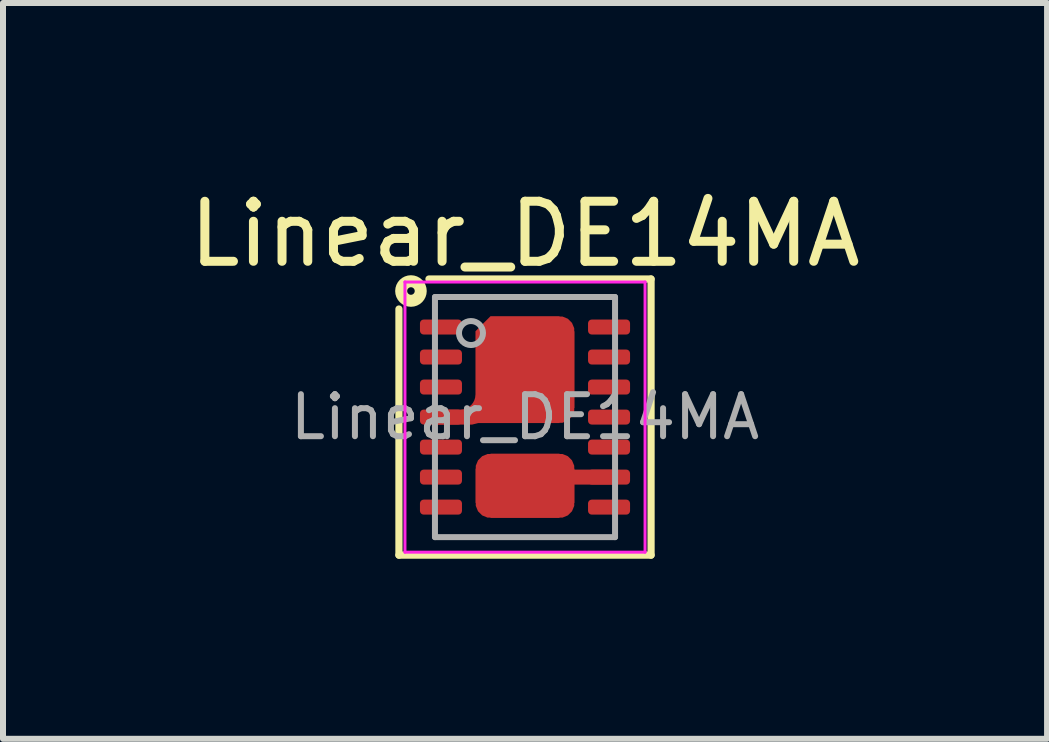
<source format=kicad_pcb>
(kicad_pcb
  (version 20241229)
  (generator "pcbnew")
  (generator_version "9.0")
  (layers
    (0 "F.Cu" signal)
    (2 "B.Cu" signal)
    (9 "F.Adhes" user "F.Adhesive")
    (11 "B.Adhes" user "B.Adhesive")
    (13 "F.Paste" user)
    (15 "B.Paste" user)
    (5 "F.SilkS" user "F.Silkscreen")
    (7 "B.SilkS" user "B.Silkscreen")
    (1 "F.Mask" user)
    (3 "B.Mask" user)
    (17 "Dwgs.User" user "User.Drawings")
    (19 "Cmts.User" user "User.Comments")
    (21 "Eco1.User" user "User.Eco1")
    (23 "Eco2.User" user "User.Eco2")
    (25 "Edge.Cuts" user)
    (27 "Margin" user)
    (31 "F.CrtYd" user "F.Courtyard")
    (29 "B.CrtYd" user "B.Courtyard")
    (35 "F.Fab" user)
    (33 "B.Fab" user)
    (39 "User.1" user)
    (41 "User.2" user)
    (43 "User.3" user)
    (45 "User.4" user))
  (footprint "Linear_DE14MA"
    (layer "F.Cu")
    (at 5.696 3.898)
    (property "Reference" "Linear_DE14MA" (at 0 -3.05 0) (layer "F.SilkS") (effects (font (size 1 1) (thickness 0.15))))
    (attr smd)
    (fp_line (start -2.1 2.3) (end -2.1 -1.8) (stroke (width 0.12) (type solid)) (layer "F.SilkS"))
    (fp_line (start -1.6 -2.3) (end 2.1 -2.3) (stroke (width 0.12) (type solid)) (layer "F.SilkS"))
    (fp_line (start 2.1 -2.3) (end 2.1 2.3) (stroke (width 0.12) (type solid)) (layer "F.SilkS"))
    (fp_line (start 2.1 2.3) (end -2.1 2.3) (stroke (width 0.12) (type solid)) (layer "F.SilkS"))
    (fp_circle (center -1.9 -2.1) (end -1.837 -2.1) (stroke (width 0.2) (type solid)) (fill no) (layer "F.SilkS"))
    (fp_line (start -2 -2.25) (end -2 2.25) (stroke (width 0.05) (type solid)) (layer "F.CrtYd"))
    (fp_line (start -2 -2.25) (end 2 -2.25) (stroke (width 0.05) (type solid)) (layer "F.CrtYd"))
    (fp_line (start -2 2.25) (end 2 2.25) (stroke (width 0.05) (type solid)) (layer "F.CrtYd"))
    (fp_line (start 2 -2.25) (end 2 2.25) (stroke (width 0.05) (type solid)) (layer "F.CrtYd"))
    (fp_line (start -1.5 -2) (end 1.5 -2) (stroke (width 0.1) (type solid)) (layer "F.Fab"))
    (fp_line (start -1.5 2) (end -1.5 -2) (stroke (width 0.1) (type solid)) (layer "F.Fab"))
    (fp_line (start 1.5 -2) (end 1.5 2) (stroke (width 0.1) (type solid)) (layer "F.Fab"))
    (fp_line (start 1.5 2) (end -1.5 2) (stroke (width 0.1) (type solid)) (layer "F.Fab"))
    (fp_circle (center -0.9 -1.4) (end -0.7 -1.4) (stroke (width 0.1) (type solid)) (fill no) (layer "F.Fab"))
    (fp_text user "${REFERENCE}" (at 0 0 0) (layer "F.Fab") (effects (font (size 0.7 0.7) (thickness 0.1))))
    (pad "" smd roundrect (at -0.45 -1.25) (size 0.7 0.7) (layers "F.Paste") (roundrect_rratio 0.25) (chamfer_ratio 0.3) (chamfer top_left))
    (pad "" smd roundrect (at -0.45 -0.35) (size 0.7 0.7) (layers "F.Paste") (roundrect_rratio 0.25))
    (pad "" smd roundrect (at -0.45 1.15) (size 0.7 0.9) (layers "F.Paste") (roundrect_rratio 0.25))
    (pad "" smd roundrect (at 0.45 -1.25) (size 0.7 0.7) (layers "F.Paste") (roundrect_rratio 0.25))
    (pad "" smd roundrect (at 0.45 -0.35) (size 0.7 0.7) (layers "F.Paste") (roundrect_rratio 0.25))
    (pad "" smd roundrect (at 0.45 1.15) (size 0.7 0.9) (layers "F.Paste") (roundrect_rratio 0.25))
    (pad "1" smd roundrect (at -1.4 -1.5) (size 0.7 0.25) (layers "F.Cu" "F.Mask" "F.Paste") (roundrect_rratio 0.25))
    (pad "2" smd roundrect (at -1.4 -1) (size 0.7 0.25) (layers "F.Cu" "F.Mask" "F.Paste") (roundrect_rratio 0.25))
    (pad "3" smd roundrect (at -1.4 -0.5) (size 0.7 0.25) (layers "F.Cu" "F.Mask" "F.Paste") (roundrect_rratio 0.25))
    (pad "4" smd roundrect (at -1.4 0) (size 0.7 0.25) (layers "F.Cu" "F.Mask" "F.Paste") (roundrect_rratio 0.25))
    (pad "4" smd custom (at 0 -0.79) (size 1.65 1.28) (layers "F.Cu" "F.Mask") (options (anchor rect)) (primitives (gr_circle (center 0.575 -0.64) (end 0.825 -0.64) (width 0) (fill yes)) (gr_circle (center 0.575 0.64) (end 0.825 0.64) (width 0) (fill yes)) (gr_poly (pts (xy 0.575 0.89) (xy -0.825 0.89) (xy -0.825 -0.64) (xy -0.575 -0.89) (xy 0.575 -0.89)) (width 0) (fill yes)) (gr_poly (pts (xy -0.78 0.89) (xy -0.88 0.915) (xy -1.45 0.915) (xy -1.45 0.665) (xy -0.78 0.665)) (width 0) (fill yes)) (gr_poly (pts (xy -0.825 0.665) (xy -1.075 0.665) (xy -1.025 0.66) (xy -0.977 0.645) (xy -0.935 0.622) (xy -0.897 0.591) (xy -0.866 0.552) (xy -0.844 0.511) (xy -0.83 0.464) (xy -0.825 0.415)) (width 0.001) (fill yes))))
    (pad "5" smd roundrect (at -1.4 0.5) (size 0.7 0.25) (layers "F.Cu" "F.Mask" "F.Paste") (roundrect_rratio 0.25))
    (pad "6" smd roundrect (at -1.4 1) (size 0.7 0.25) (layers "F.Cu" "F.Mask" "F.Paste") (roundrect_rratio 0.25))
    (pad "7" smd roundrect (at -1.4 1.5) (size 0.7 0.25) (layers "F.Cu" "F.Mask" "F.Paste") (roundrect_rratio 0.25))
    (pad "8" smd roundrect (at 1.4 1.5) (size 0.7 0.25) (layers "F.Cu" "F.Mask" "F.Paste") (roundrect_rratio 0.25))
    (pad "9" smd custom (at 0 1.145) (size 1.15 1.07) (layers "F.Cu" "F.Mask") (options (anchor rect)) (primitives (gr_circle (center -0.575 -0.285) (end -0.325 -0.285) (width 0) (fill yes)) (gr_circle (center 0.575 -0.285) (end 0.825 -0.285) (width 0) (fill yes)) (gr_circle (center -0.575 0.285) (end -0.325 0.285) (width 0) (fill yes)) (gr_circle (center 0.575 0.285) (end 0.825 0.285) (width 0) (fill yes)) (gr_poly (pts (xy 0.825 0.285) (xy -0.825 0.285) (xy -0.825 -0.285) (xy 0.825 -0.285)) (width 0) (fill yes)) (gr_poly (pts (xy 1.45 -0.02) (xy 0.825 -0.02) (xy 0.825 -0.27) (xy 1.45 -0.27)) (width 0) (fill yes))))
    (pad "9" smd roundrect (at 1.4 1) (size 0.7 0.25) (layers "F.Cu" "F.Mask" "F.Paste") (roundrect_rratio 0.25))
    (pad "10" smd roundrect (at 1.4 0.5) (size 0.7 0.25) (layers "F.Cu" "F.Mask" "F.Paste") (roundrect_rratio 0.25))
    (pad "11" smd roundrect (at 1.4 0) (size 0.7 0.25) (layers "F.Cu" "F.Mask" "F.Paste") (roundrect_rratio 0.25))
    (pad "12" smd roundrect (at 1.4 -0.5) (size 0.7 0.25) (layers "F.Cu" "F.Mask" "F.Paste") (roundrect_rratio 0.25))
    (pad "13" smd roundrect (at 1.4 -1) (size 0.7 0.25) (layers "F.Cu" "F.Mask" "F.Paste") (roundrect_rratio 0.25))
    (pad "14" smd roundrect (at 1.4 -1.5) (size 0.7 0.25) (layers "F.Cu" "F.Mask" "F.Paste") (roundrect_rratio 0.25)))
  (gr_rect
    (start -3 -3)
    (end 14.393 9.258)
    (stroke (width 0.1) (type default))
    (fill no)
    (layer "Edge.Cuts")))
</source>
